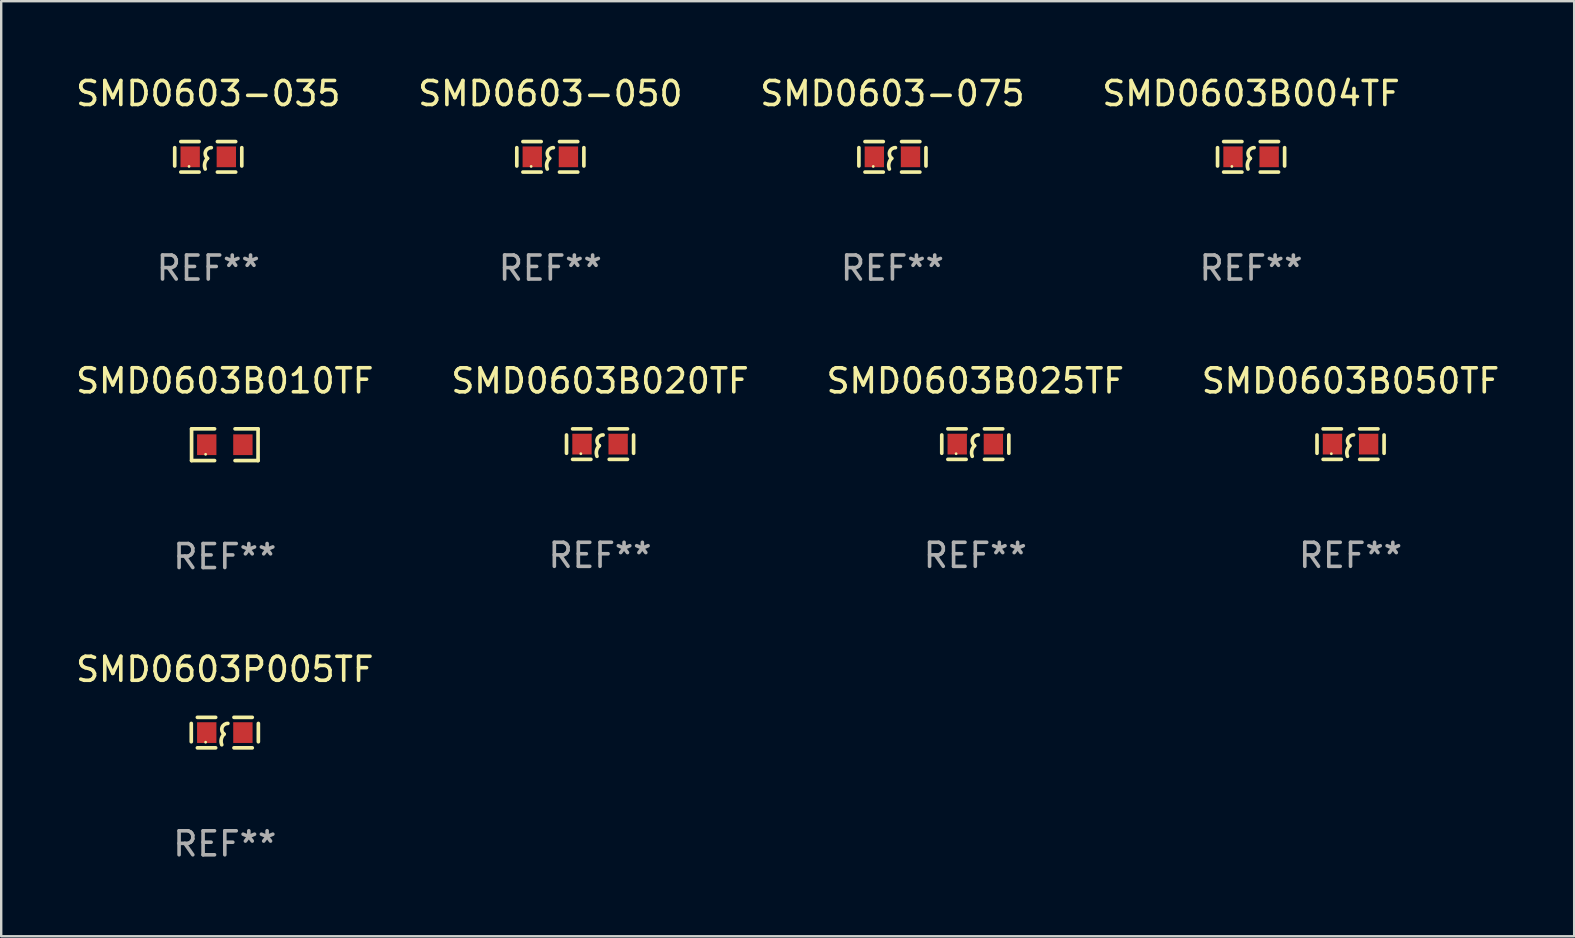
<source format=kicad_pcb>
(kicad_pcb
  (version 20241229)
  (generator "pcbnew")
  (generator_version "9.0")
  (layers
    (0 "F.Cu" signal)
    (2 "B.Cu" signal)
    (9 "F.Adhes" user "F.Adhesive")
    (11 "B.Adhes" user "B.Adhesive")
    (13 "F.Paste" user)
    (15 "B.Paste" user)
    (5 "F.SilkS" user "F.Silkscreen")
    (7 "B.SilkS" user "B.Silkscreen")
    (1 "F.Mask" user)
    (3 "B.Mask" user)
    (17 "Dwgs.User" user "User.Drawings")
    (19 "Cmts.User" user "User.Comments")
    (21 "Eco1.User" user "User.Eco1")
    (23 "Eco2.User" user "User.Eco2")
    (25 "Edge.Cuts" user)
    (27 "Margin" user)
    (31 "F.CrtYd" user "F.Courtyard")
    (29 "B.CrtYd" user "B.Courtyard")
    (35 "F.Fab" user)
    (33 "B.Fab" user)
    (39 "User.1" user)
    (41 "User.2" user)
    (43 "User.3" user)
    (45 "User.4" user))
  (footprint "SMD0603B050TF"
    (layer "F.Cu")
    (at 53.208 15.45)
    (property "Reference" "SMD0603B050TF" (at 0 -2.635 0) (layer "F.SilkS") (effects (font (size 1 1) (thickness 0.15))))
    (attr through_hole)
    (fp_line (start -1.397 -0.381) (end -1.397 0.381) (stroke (width 0.152) (type solid)) (layer "F.SilkS"))
    (fp_line (start -0.381 -0.635) (end -1.143 -0.635) (stroke (width 0.152) (type solid)) (layer "F.SilkS"))
    (fp_line (start -0.381 0.635) (end -1.143 0.635) (stroke (width 0.152) (type solid)) (layer "F.SilkS"))
    (fp_line (start 0.381 -0.635) (end 1.143 -0.635) (stroke (width 0.152) (type solid)) (layer "F.SilkS"))
    (fp_line (start 0.381 0.635) (end 1.143 0.635) (stroke (width 0.152) (type solid)) (layer "F.SilkS"))
    (fp_line (start 1.397 -0.381) (end 1.397 0.381) (stroke (width 0.152) (type solid)) (layer "F.SilkS"))
    (fp_arc (start -0.127 0.508001) (mid -0.146523 0.271131) (end -0.030861 0.0635) (stroke (width 0.151994) (type solid)) (layer "F.SilkS"))
    (fp_arc (start -0.03175 0.0635) (mid -0.113571 -0.216321) (end 0.127001 -0.381002) (stroke (width 0.151994) (type solid)) (layer "F.SilkS"))
    (fp_circle (center -0.8 0.4) (end -0.77 0.4) (stroke (width 0.06) (type solid)) (fill no) (layer "F.SilkS"))
    (fp_text user "REF**" (at 0 4.635 0) (layer "F.Fab") (effects (font (size 1 1) (thickness 0.15))))
    (pad "1" smd rect (at -0.753 0) (size 0.806 0.864) (layers "F.Cu" "F.Mask" "F.Paste"))
    (pad "2" smd rect (at 0.753 0) (size 0.806 0.864) (layers "F.Cu" "F.Mask" "F.Paste")))
  (footprint "SMD0603P005TF"
    (layer "F.Cu")
    (at 6.315 27.467)
    (property "Reference" "SMD0603P005TF" (at 0 -2.635 0) (layer "F.SilkS") (effects (font (size 1 1) (thickness 0.15))))
    (attr through_hole)
    (fp_line (start -1.397 -0.381) (end -1.397 0.381) (stroke (width 0.152) (type solid)) (layer "F.SilkS"))
    (fp_line (start -0.381 -0.635) (end -1.143 -0.635) (stroke (width 0.152) (type solid)) (layer "F.SilkS"))
    (fp_line (start -0.381 0.635) (end -1.143 0.635) (stroke (width 0.152) (type solid)) (layer "F.SilkS"))
    (fp_line (start 0.381 -0.635) (end 1.143 -0.635) (stroke (width 0.152) (type solid)) (layer "F.SilkS"))
    (fp_line (start 0.381 0.635) (end 1.143 0.635) (stroke (width 0.152) (type solid)) (layer "F.SilkS"))
    (fp_line (start 1.397 -0.381) (end 1.397 0.381) (stroke (width 0.152) (type solid)) (layer "F.SilkS"))
    (fp_arc (start -0.127 0.508001) (mid -0.146523 0.271131) (end -0.030861 0.0635) (stroke (width 0.151994) (type solid)) (layer "F.SilkS"))
    (fp_arc (start -0.03175 0.0635) (mid -0.113571 -0.216321) (end 0.127001 -0.381002) (stroke (width 0.151994) (type solid)) (layer "F.SilkS"))
    (fp_circle (center -0.8 0.4) (end -0.77 0.4) (stroke (width 0.06) (type solid)) (fill no) (layer "F.SilkS"))
    (fp_text user "REF**" (at 0 4.635 0) (layer "F.Fab") (effects (font (size 1 1) (thickness 0.15))))
    (pad "1" smd rect (at -0.753 0) (size 0.806 0.864) (layers "F.Cu" "F.Mask" "F.Paste"))
    (pad "2" smd rect (at 0.753 0) (size 0.806 0.864) (layers "F.Cu" "F.Mask" "F.Paste")))
  (footprint "SMD0603B004TF"
    (layer "F.Cu")
    (at 49.065 3.483)
    (property "Reference" "SMD0603B004TF" (at 0 -2.635 0) (layer "F.SilkS") (effects (font (size 1 1) (thickness 0.15))))
    (attr through_hole)
    (fp_line (start -1.397 -0.381) (end -1.397 0.381) (stroke (width 0.152) (type solid)) (layer "F.SilkS"))
    (fp_line (start -0.381 -0.635) (end -1.143 -0.635) (stroke (width 0.152) (type solid)) (layer "F.SilkS"))
    (fp_line (start -0.381 0.635) (end -1.143 0.635) (stroke (width 0.152) (type solid)) (layer "F.SilkS"))
    (fp_line (start 0.381 -0.635) (end 1.143 -0.635) (stroke (width 0.152) (type solid)) (layer "F.SilkS"))
    (fp_line (start 0.381 0.635) (end 1.143 0.635) (stroke (width 0.152) (type solid)) (layer "F.SilkS"))
    (fp_line (start 1.397 -0.381) (end 1.397 0.381) (stroke (width 0.152) (type solid)) (layer "F.SilkS"))
    (fp_arc (start -0.127 0.508001) (mid -0.146523 0.271131) (end -0.030861 0.0635) (stroke (width 0.151994) (type solid)) (layer "F.SilkS"))
    (fp_arc (start -0.03175 0.0635) (mid -0.113571 -0.216321) (end 0.127001 -0.381002) (stroke (width 0.151994) (type solid)) (layer "F.SilkS"))
    (fp_circle (center -0.8 0.4) (end -0.77 0.4) (stroke (width 0.06) (type solid)) (fill no) (layer "F.SilkS"))
    (fp_text user "REF**" (at 0 4.635 0) (layer "F.Fab") (effects (font (size 1 1) (thickness 0.15))))
    (pad "1" smd rect (at -0.753 0) (size 0.806 0.864) (layers "F.Cu" "F.Mask" "F.Paste"))
    (pad "2" smd rect (at 0.753 0) (size 0.806 0.864) (layers "F.Cu" "F.Mask" "F.Paste")))
  (footprint "SMD0603B010TF"
    (layer "F.Cu")
    (at 6.315 15.475)
    (property "Reference" "SMD0603B010TF" (at 0 -2.661 0) (layer "F.SilkS") (effects (font (size 1 1) (thickness 0.15))))
    (attr through_hole)
    (fp_line (start -1.385 -0.661) (end -0.426 -0.661) (stroke (width 0.152) (type solid)) (layer "F.SilkS"))
    (fp_line (start -1.385 0.661) (end -1.385 -0.661) (stroke (width 0.152) (type solid)) (layer "F.SilkS"))
    (fp_line (start -0.426 0.661) (end -1.385 0.661) (stroke (width 0.152) (type solid)) (layer "F.SilkS"))
    (fp_line (start 0.426 0.661) (end 1.385 0.661) (stroke (width 0.152) (type solid)) (layer "F.SilkS"))
    (fp_line (start 1.385 -0.661) (end 0.426 -0.661) (stroke (width 0.152) (type solid)) (layer "F.SilkS"))
    (fp_line (start 1.385 0.661) (end 1.385 -0.661) (stroke (width 0.152) (type solid)) (layer "F.SilkS"))
    (fp_circle (center -0.8 0.4) (end -0.77 0.4) (stroke (width 0.06) (type solid)) (fill no) (layer "F.SilkS"))
    (fp_text user "REF**" (at 0 4.661 0) (layer "F.Fab") (effects (font (size 1 1) (thickness 0.15))))
    (pad "1" smd rect (at -0.753 0) (size 0.806 0.864) (layers "F.Cu" "F.Mask" "F.Paste"))
    (pad "2" smd rect (at 0.753 0) (size 0.806 0.864) (layers "F.Cu" "F.Mask" "F.Paste")))
  (footprint "SMD0603B020TF"
    (layer "F.Cu")
    (at 21.946 15.45)
    (property "Reference" "SMD0603B020TF" (at 0 -2.635 0) (layer "F.SilkS") (effects (font (size 1 1) (thickness 0.15))))
    (attr through_hole)
    (fp_line (start -1.397 -0.381) (end -1.397 0.381) (stroke (width 0.152) (type solid)) (layer "F.SilkS"))
    (fp_line (start -0.381 -0.635) (end -1.143 -0.635) (stroke (width 0.152) (type solid)) (layer "F.SilkS"))
    (fp_line (start -0.381 0.635) (end -1.143 0.635) (stroke (width 0.152) (type solid)) (layer "F.SilkS"))
    (fp_line (start 0.381 -0.635) (end 1.143 -0.635) (stroke (width 0.152) (type solid)) (layer "F.SilkS"))
    (fp_line (start 0.381 0.635) (end 1.143 0.635) (stroke (width 0.152) (type solid)) (layer "F.SilkS"))
    (fp_line (start 1.397 -0.381) (end 1.397 0.381) (stroke (width 0.152) (type solid)) (layer "F.SilkS"))
    (fp_arc (start -0.127 0.508001) (mid -0.146523 0.271131) (end -0.030861 0.0635) (stroke (width 0.151994) (type solid)) (layer "F.SilkS"))
    (fp_arc (start -0.03175 0.0635) (mid -0.113571 -0.216321) (end 0.127001 -0.381002) (stroke (width 0.151994) (type solid)) (layer "F.SilkS"))
    (fp_circle (center -0.8 0.4) (end -0.77 0.4) (stroke (width 0.06) (type solid)) (fill no) (layer "F.SilkS"))
    (fp_text user "REF**" (at 0 4.635 0) (layer "F.Fab") (effects (font (size 1 1) (thickness 0.15))))
    (pad "1" smd rect (at -0.753 0) (size 0.806 0.864) (layers "F.Cu" "F.Mask" "F.Paste"))
    (pad "2" smd rect (at 0.753 0) (size 0.806 0.864) (layers "F.Cu" "F.Mask" "F.Paste")))
  (footprint "SMD0603-035"
    (layer "F.Cu")
    (at 5.625 3.483)
    (property "Reference" "SMD0603-035" (at 0 -2.635 0) (layer "F.SilkS") (effects (font (size 1 1) (thickness 0.15))))
    (attr through_hole)
    (fp_line (start -1.397 -0.381) (end -1.397 0.381) (stroke (width 0.152) (type solid)) (layer "F.SilkS"))
    (fp_line (start -0.381 -0.635) (end -1.143 -0.635) (stroke (width 0.152) (type solid)) (layer "F.SilkS"))
    (fp_line (start -0.381 0.635) (end -1.143 0.635) (stroke (width 0.152) (type solid)) (layer "F.SilkS"))
    (fp_line (start 0.381 -0.635) (end 1.143 -0.635) (stroke (width 0.152) (type solid)) (layer "F.SilkS"))
    (fp_line (start 0.381 0.635) (end 1.143 0.635) (stroke (width 0.152) (type solid)) (layer "F.SilkS"))
    (fp_line (start 1.397 -0.381) (end 1.397 0.381) (stroke (width 0.152) (type solid)) (layer "F.SilkS"))
    (fp_arc (start -0.127 0.508001) (mid -0.146523 0.271131) (end -0.030861 0.0635) (stroke (width 0.151994) (type solid)) (layer "F.SilkS"))
    (fp_arc (start -0.03175 0.0635) (mid -0.113571 -0.216321) (end 0.127001 -0.381002) (stroke (width 0.151994) (type solid)) (layer "F.SilkS"))
    (fp_circle (center -0.8 0.4) (end -0.77 0.4) (stroke (width 0.06) (type solid)) (fill no) (layer "F.SilkS"))
    (fp_text user "REF**" (at 0 4.635 0) (layer "F.Fab") (effects (font (size 1 1) (thickness 0.15))))
    (pad "1" smd rect (at -0.753 0) (size 0.806 0.864) (layers "F.Cu" "F.Mask" "F.Paste"))
    (pad "2" smd rect (at 0.753 0) (size 0.806 0.864) (layers "F.Cu" "F.Mask" "F.Paste")))
  (footprint "SMD0603-050"
    (layer "F.Cu")
    (at 19.875 3.483)
    (property "Reference" "SMD0603-050" (at 0 -2.635 0) (layer "F.SilkS") (effects (font (size 1 1) (thickness 0.15))))
    (attr through_hole)
    (fp_line (start -1.397 -0.381) (end -1.397 0.381) (stroke (width 0.152) (type solid)) (layer "F.SilkS"))
    (fp_line (start -0.381 -0.635) (end -1.143 -0.635) (stroke (width 0.152) (type solid)) (layer "F.SilkS"))
    (fp_line (start -0.381 0.635) (end -1.143 0.635) (stroke (width 0.152) (type solid)) (layer "F.SilkS"))
    (fp_line (start 0.381 -0.635) (end 1.143 -0.635) (stroke (width 0.152) (type solid)) (layer "F.SilkS"))
    (fp_line (start 0.381 0.635) (end 1.143 0.635) (stroke (width 0.152) (type solid)) (layer "F.SilkS"))
    (fp_line (start 1.397 -0.381) (end 1.397 0.381) (stroke (width 0.152) (type solid)) (layer "F.SilkS"))
    (fp_arc (start -0.127 0.508001) (mid -0.146523 0.271131) (end -0.030861 0.0635) (stroke (width 0.151994) (type solid)) (layer "F.SilkS"))
    (fp_arc (start -0.03175 0.0635) (mid -0.113571 -0.216321) (end 0.127001 -0.381002) (stroke (width 0.151994) (type solid)) (layer "F.SilkS"))
    (fp_circle (center -0.8 0.4) (end -0.77 0.4) (stroke (width 0.06) (type solid)) (fill no) (layer "F.SilkS"))
    (fp_text user "REF**" (at 0 4.635 0) (layer "F.Fab") (effects (font (size 1 1) (thickness 0.15))))
    (pad "1" smd rect (at -0.753 0) (size 0.806 0.864) (layers "F.Cu" "F.Mask" "F.Paste"))
    (pad "2" smd rect (at 0.753 0) (size 0.806 0.864) (layers "F.Cu" "F.Mask" "F.Paste")))
  (footprint "SMD0603-075"
    (layer "F.Cu")
    (at 34.125 3.483)
    (property "Reference" "SMD0603-075" (at 0 -2.635 0) (layer "F.SilkS") (effects (font (size 1 1) (thickness 0.15))))
    (attr through_hole)
    (fp_line (start -1.397 -0.381) (end -1.397 0.381) (stroke (width 0.152) (type solid)) (layer "F.SilkS"))
    (fp_line (start -0.381 -0.635) (end -1.143 -0.635) (stroke (width 0.152) (type solid)) (layer "F.SilkS"))
    (fp_line (start -0.381 0.635) (end -1.143 0.635) (stroke (width 0.152) (type solid)) (layer "F.SilkS"))
    (fp_line (start 0.381 -0.635) (end 1.143 -0.635) (stroke (width 0.152) (type solid)) (layer "F.SilkS"))
    (fp_line (start 0.381 0.635) (end 1.143 0.635) (stroke (width 0.152) (type solid)) (layer "F.SilkS"))
    (fp_line (start 1.397 -0.381) (end 1.397 0.381) (stroke (width 0.152) (type solid)) (layer "F.SilkS"))
    (fp_arc (start -0.127 0.508001) (mid -0.146523 0.271131) (end -0.030861 0.0635) (stroke (width 0.151994) (type solid)) (layer "F.SilkS"))
    (fp_arc (start -0.03175 0.0635) (mid -0.113571 -0.216321) (end 0.127001 -0.381002) (stroke (width 0.151994) (type solid)) (layer "F.SilkS"))
    (fp_circle (center -0.8 0.4) (end -0.77 0.4) (stroke (width 0.06) (type solid)) (fill no) (layer "F.SilkS"))
    (fp_text user "REF**" (at 0 4.635 0) (layer "F.Fab") (effects (font (size 1 1) (thickness 0.15))))
    (pad "1" smd rect (at -0.753 0) (size 0.806 0.864) (layers "F.Cu" "F.Mask" "F.Paste"))
    (pad "2" smd rect (at 0.753 0) (size 0.806 0.864) (layers "F.Cu" "F.Mask" "F.Paste")))
  (footprint "SMD0603B025TF"
    (layer "F.Cu")
    (at 37.577 15.45)
    (property "Reference" "SMD0603B025TF" (at 0 -2.635 0) (layer "F.SilkS") (effects (font (size 1 1) (thickness 0.15))))
    (attr through_hole)
    (fp_line (start -1.397 -0.381) (end -1.397 0.381) (stroke (width 0.152) (type solid)) (layer "F.SilkS"))
    (fp_line (start -0.381 -0.635) (end -1.143 -0.635) (stroke (width 0.152) (type solid)) (layer "F.SilkS"))
    (fp_line (start -0.381 0.635) (end -1.143 0.635) (stroke (width 0.152) (type solid)) (layer "F.SilkS"))
    (fp_line (start 0.381 -0.635) (end 1.143 -0.635) (stroke (width 0.152) (type solid)) (layer "F.SilkS"))
    (fp_line (start 0.381 0.635) (end 1.143 0.635) (stroke (width 0.152) (type solid)) (layer "F.SilkS"))
    (fp_line (start 1.397 -0.381) (end 1.397 0.381) (stroke (width 0.152) (type solid)) (layer "F.SilkS"))
    (fp_arc (start -0.127 0.508001) (mid -0.146523 0.271131) (end -0.030861 0.0635) (stroke (width 0.151994) (type solid)) (layer "F.SilkS"))
    (fp_arc (start -0.03175 0.0635) (mid -0.113571 -0.216321) (end 0.127001 -0.381002) (stroke (width 0.151994) (type solid)) (layer "F.SilkS"))
    (fp_circle (center -0.8 0.4) (end -0.77 0.4) (stroke (width 0.06) (type solid)) (fill no) (layer "F.SilkS"))
    (fp_text user "REF**" (at 0 4.635 0) (layer "F.Fab") (effects (font (size 1 1) (thickness 0.15))))
    (pad "1" smd rect (at -0.753 0) (size 0.806 0.864) (layers "F.Cu" "F.Mask" "F.Paste"))
    (pad "2" smd rect (at 0.753 0) (size 0.806 0.864) (layers "F.Cu" "F.Mask" "F.Paste")))
  (gr_rect
    (start -3 -3)
    (end 62.524 35.951)
    (stroke (width 0.1) (type default))
    (fill no)
    (layer "Edge.Cuts")))
</source>
